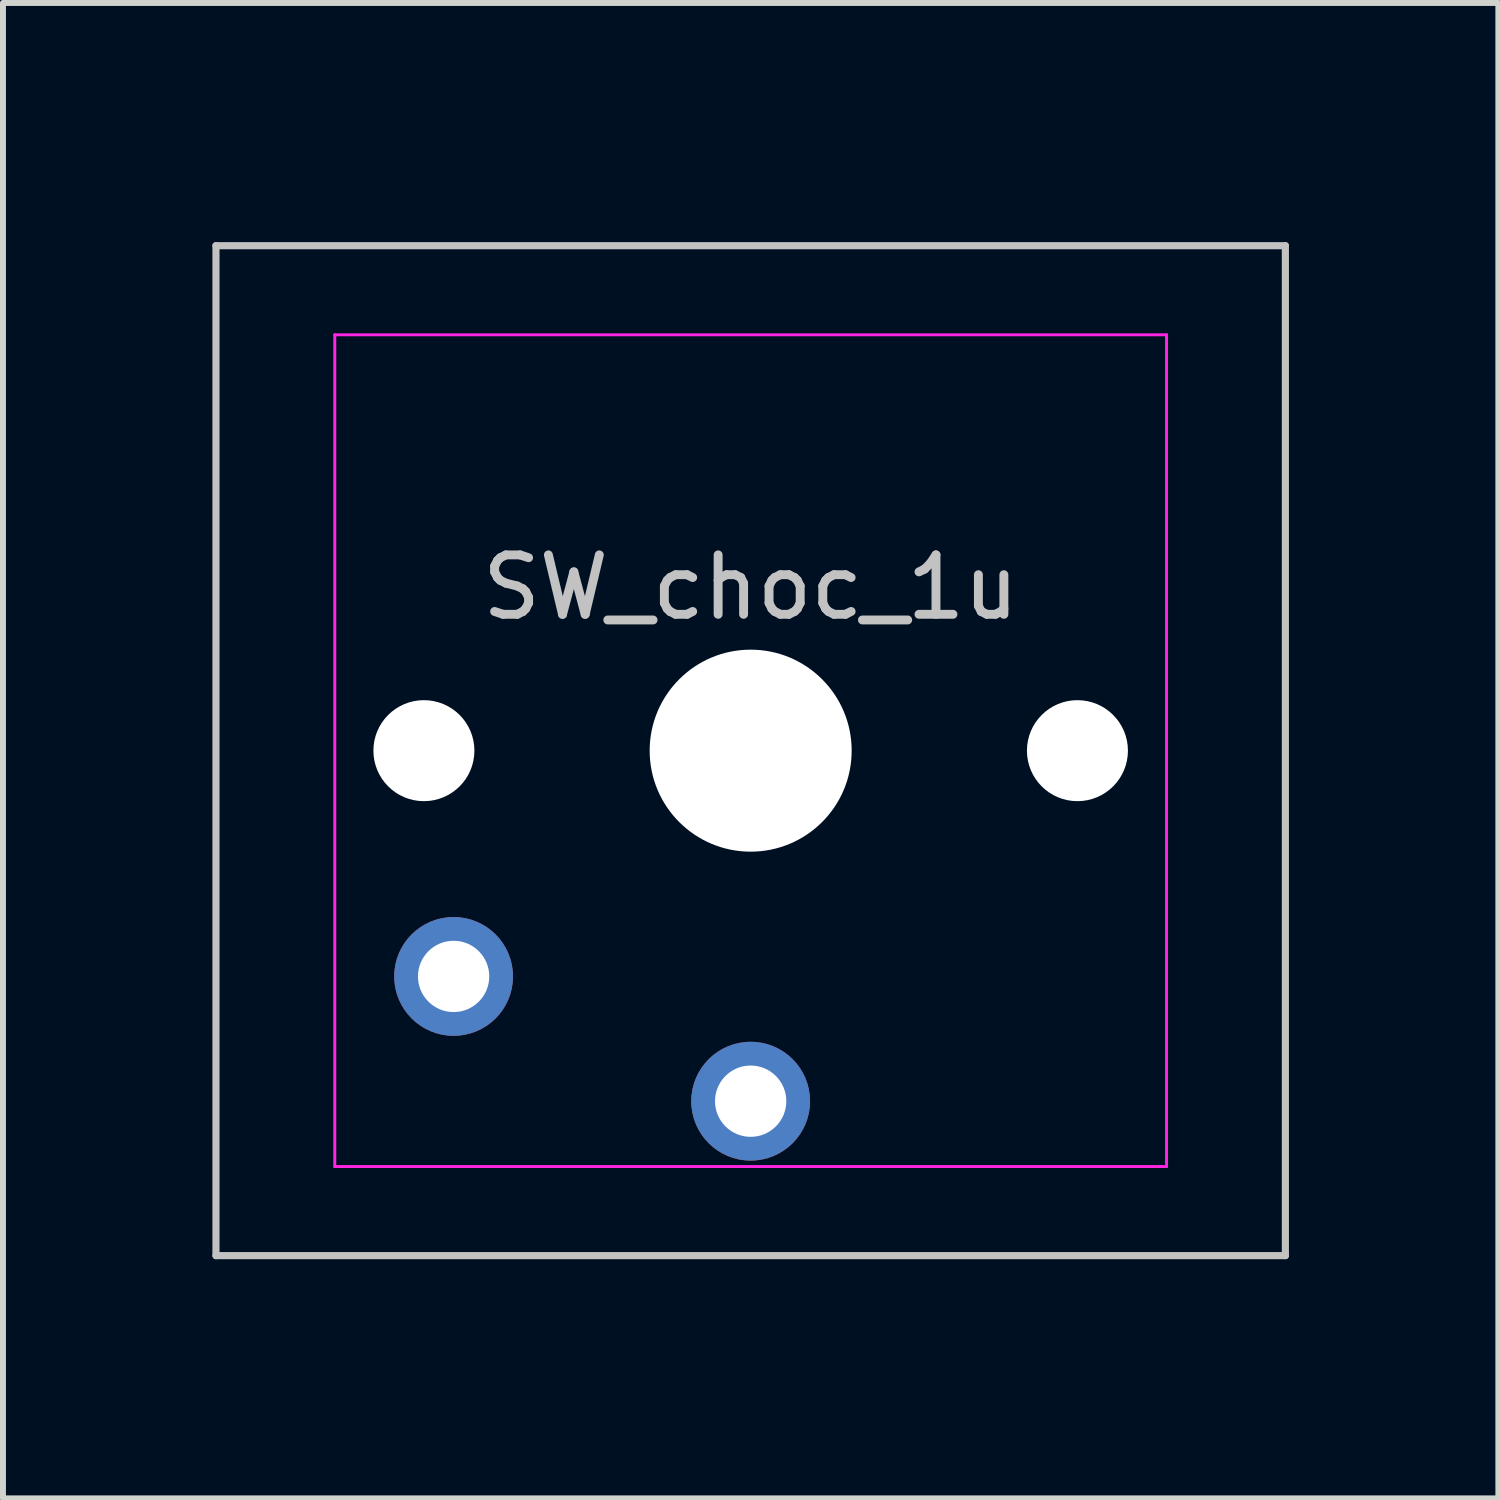
<source format=kicad_pcb>
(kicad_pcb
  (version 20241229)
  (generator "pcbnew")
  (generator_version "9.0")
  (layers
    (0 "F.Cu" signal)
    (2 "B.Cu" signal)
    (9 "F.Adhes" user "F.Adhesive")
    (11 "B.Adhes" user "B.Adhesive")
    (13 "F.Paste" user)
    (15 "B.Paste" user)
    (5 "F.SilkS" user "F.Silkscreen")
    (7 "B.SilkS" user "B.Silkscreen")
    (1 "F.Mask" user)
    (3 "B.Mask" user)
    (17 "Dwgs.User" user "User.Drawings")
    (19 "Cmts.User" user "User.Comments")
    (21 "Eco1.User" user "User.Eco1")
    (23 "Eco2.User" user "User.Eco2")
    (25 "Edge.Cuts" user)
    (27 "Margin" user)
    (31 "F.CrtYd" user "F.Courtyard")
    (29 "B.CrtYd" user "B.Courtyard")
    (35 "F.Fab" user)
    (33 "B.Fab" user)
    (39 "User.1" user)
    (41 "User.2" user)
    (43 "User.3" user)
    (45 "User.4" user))
  (footprint "SW_choc_1u"
    (layer "F.Cu")
    (at 9.585 9.585)
    (property "Reference" "SW_choc_1u" (at 0 -2.75 180) (layer "Dwgs.User") (effects (font (size 1 1) (thickness 0.15))))
    (attr through_hole exclude_from_pos_files exclude_from_bom)
    (fp_line (start -9 -8.5) (end 9 -8.5) (stroke (width 0.12) (type solid)) (layer "Dwgs.User"))
    (fp_line (start -9 8.5) (end -9 -8.5) (stroke (width 0.12) (type solid)) (layer "Dwgs.User"))
    (fp_line (start 9 -8.5) (end 9 8.5) (stroke (width 0.12) (type solid)) (layer "Dwgs.User"))
    (fp_line (start 9 8.5) (end -9 8.5) (stroke (width 0.12) (type solid)) (layer "Dwgs.User"))
    (fp_line (start -9.525 -9.525) (end -9.525 9.525) (stroke (width 0.12) (type solid)) (layer "Eco1.User"))
    (fp_line (start -9.525 9.525) (end 9.525 9.525) (stroke (width 0.12) (type solid)) (layer "Eco1.User"))
    (fp_line (start 9.525 -9.525) (end -9.525 -9.525) (stroke (width 0.12) (type solid)) (layer "Eco1.User"))
    (fp_line (start 9.525 9.525) (end 9.525 -9.525) (stroke (width 0.12) (type solid)) (layer "Eco1.User"))
    (fp_line (start -6.95 6.45) (end -6.95 -6.45) (stroke (width 0.05) (type solid)) (layer "Eco2.User"))
    (fp_line (start -6.45 -6.95) (end 6.45 -6.95) (stroke (width 0.05) (type solid)) (layer "Eco2.User"))
    (fp_line (start 6.45 6.95) (end -6.45 6.95) (stroke (width 0.05) (type solid)) (layer "Eco2.User"))
    (fp_line (start 6.95 -6.45) (end 6.95 6.45) (stroke (width 0.05) (type solid)) (layer "Eco2.User"))
    (fp_arc (start -6.95 -6.45) (mid -6.803553 -6.803553) (end -6.45 -6.95) (stroke (width 0.05) (type solid)) (layer "Eco2.User"))
    (fp_arc (start -6.45 6.95) (mid -6.803553 6.803553) (end -6.95 6.45) (stroke (width 0.05) (type solid)) (layer "Eco2.User"))
    (fp_arc (start 6.45 -6.95) (mid 6.803553 -6.803553) (end 6.95 -6.45) (stroke (width 0.05) (type solid)) (layer "Eco2.User"))
    (fp_arc (start 6.95 6.45) (mid 6.803553 6.803553) (end 6.45 6.95) (stroke (width 0.05) (type solid)) (layer "Eco2.User"))
    (fp_line (start -7 -7) (end 7 -7) (stroke (width 0.05) (type solid)) (layer "F.CrtYd"))
    (fp_line (start -7 7) (end -7 -7) (stroke (width 0.05) (type solid)) (layer "F.CrtYd"))
    (fp_line (start 7 -7) (end 7 7) (stroke (width 0.05) (type solid)) (layer "F.CrtYd"))
    (fp_line (start 7 7) (end -7 7) (stroke (width 0.05) (type solid)) (layer "F.CrtYd"))
    (pad "" np_thru_hole circle (at -5.5 0 180) (size 1.7 1.7) (drill 1.7) (layers "*.Cu" "*.Mask"))
    (pad "" np_thru_hole circle (at 0 0 180) (size 3.4 3.4) (drill 3.4) (layers "*.Cu" "*.Mask"))
    (pad "" np_thru_hole circle (at 5.5 0 180) (size 1.7 1.7) (drill 1.7) (layers "*.Cu" "*.Mask"))
    (pad "1" thru_hole circle (at -5 3.8 180) (size 2 2) (drill 1.2) (layers "*.Cu" "B.Mask"))
    (pad "2" thru_hole circle (at 0 5.9 180) (size 2 2) (drill 1.2) (layers "*.Cu" "B.Mask")))
  (gr_rect
    (start -3 -3)
    (end 22.17 22.17)
    (stroke (width 0.1) (type default))
    (fill no)
    (layer "Edge.Cuts")))
</source>
